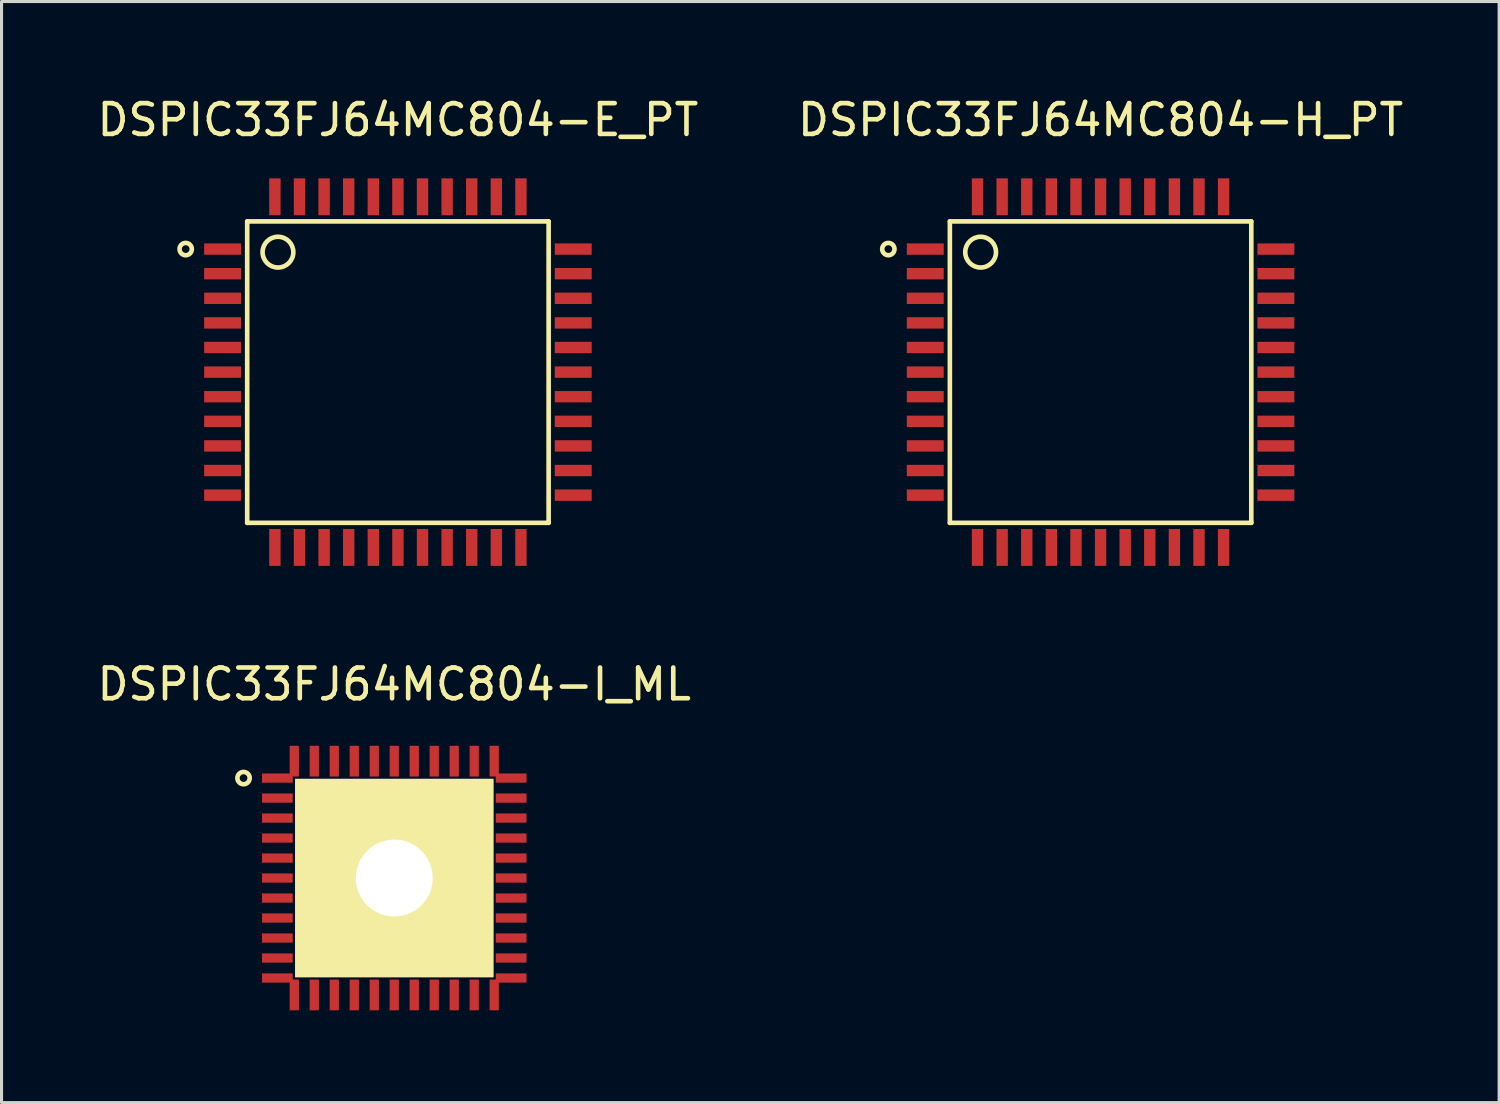
<source format=kicad_pcb>
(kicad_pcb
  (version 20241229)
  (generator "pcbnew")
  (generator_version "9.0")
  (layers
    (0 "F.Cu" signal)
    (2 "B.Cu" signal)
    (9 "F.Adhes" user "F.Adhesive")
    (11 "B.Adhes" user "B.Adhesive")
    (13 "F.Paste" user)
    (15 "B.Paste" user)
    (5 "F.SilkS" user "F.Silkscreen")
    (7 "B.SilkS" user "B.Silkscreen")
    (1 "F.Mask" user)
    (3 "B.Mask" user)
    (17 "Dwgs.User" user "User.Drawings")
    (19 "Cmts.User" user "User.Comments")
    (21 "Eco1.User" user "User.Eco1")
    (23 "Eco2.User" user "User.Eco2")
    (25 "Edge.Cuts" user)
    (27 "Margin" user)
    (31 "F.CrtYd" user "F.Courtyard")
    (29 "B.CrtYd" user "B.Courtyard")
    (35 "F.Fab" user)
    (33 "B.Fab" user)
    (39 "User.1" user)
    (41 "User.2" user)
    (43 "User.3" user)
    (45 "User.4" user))
  (footprint "DSPIC33FJ64MC804-I_ML"
    (layer "F.Cu")
    (at 5.968 21.697)
    (property "Reference" "DSPIC33FJ64MC804-I_ML" (at 3.8 -2.5 0) (layer "F.SilkS") (effects (font (size 1 1) (thickness 0.15))))
    (attr through_hole)
    (fp_line (start 0.7 0.7) (end 0.7 6.9) (stroke (width 0.15) (type solid)) (layer "F.SilkS"))
    (fp_line (start 0.7 0.7) (end 6.9 0.7) (stroke (width 0.15) (type solid)) (layer "F.SilkS"))
    (fp_line (start 0.7 6.9) (end 6.9 6.9) (stroke (width 0.15) (type solid)) (layer "F.SilkS"))
    (fp_line (start 6.9 6.9) (end 6.9 0.7) (stroke (width 0.15) (type solid)) (layer "F.SilkS"))
    (fp_circle (center -1.1 0.55) (end -1.1 0.35) (stroke (width 0.15) (type solid)) (fill no) (layer "F.SilkS"))
    (fp_circle (center 1.7 1.7) (end 1.7 1.2) (stroke (width 0.15) (type solid)) (fill no) (layer "F.SilkS"))
    (pad "1" smd rect (at 0 0.55) (size 1 0.3) (layers "F.Cu" "F.Mask" "F.Paste"))
    (pad "2" smd rect (at 0 1.2) (size 1 0.3) (layers "F.Cu" "F.Mask" "F.Paste"))
    (pad "3" smd rect (at 0 1.85) (size 1 0.3) (layers "F.Cu" "F.Mask" "F.Paste"))
    (pad "4" smd rect (at 0 2.5) (size 1 0.3) (layers "F.Cu" "F.Mask" "F.Paste"))
    (pad "5" smd rect (at 0 3.15) (size 1 0.3) (layers "F.Cu" "F.Mask" "F.Paste"))
    (pad "6" smd rect (at 0 3.8) (size 1 0.3) (layers "F.Cu" "F.Mask" "F.Paste"))
    (pad "7" smd rect (at 0 4.45) (size 1 0.3) (layers "F.Cu" "F.Mask" "F.Paste"))
    (pad "8" smd rect (at 0 5.1) (size 1 0.3) (layers "F.Cu" "F.Mask" "F.Paste"))
    (pad "9" smd rect (at 0 5.75) (size 1 0.3) (layers "F.Cu" "F.Mask" "F.Paste"))
    (pad "10" smd rect (at 0 6.4) (size 1 0.3) (layers "F.Cu" "F.Mask" "F.Paste"))
    (pad "11" smd rect (at 0 7.05) (size 1 0.3) (layers "F.Cu" "F.Mask" "F.Paste"))
    (pad "12" smd rect (at 0.55 7.6) (size 0.3 1) (layers "F.Cu" "F.Mask" "F.Paste"))
    (pad "13" smd rect (at 1.2 7.6) (size 0.3 1) (layers "F.Cu" "F.Mask" "F.Paste"))
    (pad "14" smd rect (at 1.85 7.6) (size 0.3 1) (layers "F.Cu" "F.Mask" "F.Paste"))
    (pad "15" smd rect (at 2.5 7.6) (size 0.3 1) (layers "F.Cu" "F.Mask" "F.Paste"))
    (pad "16" smd rect (at 3.15 7.6) (size 0.3 1) (layers "F.Cu" "F.Mask" "F.Paste"))
    (pad "17" smd rect (at 3.8 7.6) (size 0.3 1) (layers "F.Cu" "F.Mask" "F.Paste"))
    (pad "18" smd rect (at 4.45 7.6) (size 0.3 1) (layers "F.Cu" "F.Mask" "F.Paste"))
    (pad "19" smd rect (at 5.1 7.6) (size 0.3 1) (layers "F.Cu" "F.Mask" "F.Paste"))
    (pad "20" smd rect (at 5.75 7.6) (size 0.3 1) (layers "F.Cu" "F.Mask" "F.Paste"))
    (pad "21" smd rect (at 6.4 7.6) (size 0.3 1) (layers "F.Cu" "F.Mask" "F.Paste"))
    (pad "22" smd rect (at 7.05 7.6) (size 0.3 1) (layers "F.Cu" "F.Mask" "F.Paste"))
    (pad "23" smd rect (at 7.6 7.05) (size 1 0.3) (layers "F.Cu" "F.Mask" "F.Paste"))
    (pad "24" smd rect (at 7.6 6.4) (size 1 0.3) (layers "F.Cu" "F.Mask" "F.Paste"))
    (pad "25" smd rect (at 7.6 5.75) (size 1 0.3) (layers "F.Cu" "F.Mask" "F.Paste"))
    (pad "26" smd rect (at 7.6 5.1) (size 1 0.3) (layers "F.Cu" "F.Mask" "F.Paste"))
    (pad "27" smd rect (at 7.6 4.45) (size 1 0.3) (layers "F.Cu" "F.Mask" "F.Paste"))
    (pad "28" smd rect (at 7.6 3.8) (size 1 0.3) (layers "F.Cu" "F.Mask" "F.Paste"))
    (pad "29" smd rect (at 7.6 3.15) (size 1 0.3) (layers "F.Cu" "F.Mask" "F.Paste"))
    (pad "30" smd rect (at 7.6 2.5) (size 1 0.3) (layers "F.Cu" "F.Mask" "F.Paste"))
    (pad "31" smd rect (at 7.6 1.85) (size 1 0.3) (layers "F.Cu" "F.Mask" "F.Paste"))
    (pad "32" smd rect (at 7.6 1.2) (size 1 0.3) (layers "F.Cu" "F.Mask" "F.Paste"))
    (pad "33" smd rect (at 7.6 0.55) (size 1 0.3) (layers "F.Cu" "F.Mask" "F.Paste"))
    (pad "34" smd rect (at 7.05 0) (size 0.3 1) (layers "F.Cu" "F.Mask" "F.Paste"))
    (pad "35" smd rect (at 6.4 0) (size 0.3 1) (layers "F.Cu" "F.Mask" "F.Paste"))
    (pad "36" smd rect (at 5.75 0) (size 0.3 1) (layers "F.Cu" "F.Mask" "F.Paste"))
    (pad "37" smd rect (at 5.1 0) (size 0.3 1) (layers "F.Cu" "F.Mask" "F.Paste"))
    (pad "38" smd rect (at 4.45 0) (size 0.3 1) (layers "F.Cu" "F.Mask" "F.Paste"))
    (pad "39" smd rect (at 3.8 0) (size 0.3 1) (layers "F.Cu" "F.Mask" "F.Paste"))
    (pad "40" smd rect (at 3.15 0) (size 0.3 1) (layers "F.Cu" "F.Mask" "F.Paste"))
    (pad "41" smd rect (at 2.5 0) (size 0.3 1) (layers "F.Cu" "F.Mask" "F.Paste"))
    (pad "42" smd rect (at 1.85 0) (size 0.3 1) (layers "F.Cu" "F.Mask" "F.Paste"))
    (pad "43" smd rect (at 1.2 0) (size 0.3 1) (layers "F.Cu" "F.Mask" "F.Paste"))
    (pad "44" smd rect (at 0.55 0) (size 0.3 1) (layers "F.Cu" "F.Mask" "F.Paste"))
    (pad "999" thru_hole rect (at 3.8 3.8) (size 6.45 6.45) (drill 2.5) (layers "*.Cu" "*.Mask" "F.SilkS")))
  (footprint "DSPIC33FJ64MC804-E_PT"
    (layer "F.Cu")
    (at 4.187 3.348)
    (property "Reference" "DSPIC33FJ64MC804-E_PT" (at 5.7 -2.5 0) (layer "F.SilkS") (effects (font (size 1 1) (thickness 0.15))))
    (attr through_hole)
    (fp_line (start 0.8 0.8) (end 0.8 10.6) (stroke (width 0.15) (type solid)) (layer "F.SilkS"))
    (fp_line (start 0.8 0.8) (end 10.6 0.8) (stroke (width 0.15) (type solid)) (layer "F.SilkS"))
    (fp_line (start 0.8 10.6) (end 10.6 10.6) (stroke (width 0.15) (type solid)) (layer "F.SilkS"))
    (fp_line (start 10.6 10.6) (end 10.6 0.8) (stroke (width 0.15) (type solid)) (layer "F.SilkS"))
    (fp_circle (center -1.2 1.7) (end -1.2 1.5) (stroke (width 0.15) (type solid)) (fill no) (layer "F.SilkS"))
    (fp_circle (center 1.8 1.8) (end 1.8 1.3) (stroke (width 0.15) (type solid)) (fill no) (layer "F.SilkS"))
    (pad "1" smd rect (at 0 1.7) (size 1.2 0.37) (layers "F.Cu" "F.Mask" "F.Paste"))
    (pad "2" smd rect (at 0 2.5) (size 1.2 0.37) (layers "F.Cu" "F.Mask" "F.Paste"))
    (pad "3" smd rect (at 0 3.3) (size 1.2 0.37) (layers "F.Cu" "F.Mask" "F.Paste"))
    (pad "4" smd rect (at 0 4.1) (size 1.2 0.37) (layers "F.Cu" "F.Mask" "F.Paste"))
    (pad "5" smd rect (at 0 4.9) (size 1.2 0.37) (layers "F.Cu" "F.Mask" "F.Paste"))
    (pad "6" smd rect (at 0 5.7) (size 1.2 0.37) (layers "F.Cu" "F.Mask" "F.Paste"))
    (pad "7" smd rect (at 0 6.5) (size 1.2 0.37) (layers "F.Cu" "F.Mask" "F.Paste"))
    (pad "8" smd rect (at 0 7.3) (size 1.2 0.37) (layers "F.Cu" "F.Mask" "F.Paste"))
    (pad "9" smd rect (at 0 8.1) (size 1.2 0.37) (layers "F.Cu" "F.Mask" "F.Paste"))
    (pad "10" smd rect (at 0 8.9) (size 1.2 0.37) (layers "F.Cu" "F.Mask" "F.Paste"))
    (pad "11" smd rect (at 0 9.7) (size 1.2 0.37) (layers "F.Cu" "F.Mask" "F.Paste"))
    (pad "12" smd rect (at 1.7 11.4) (size 0.37 1.2) (layers "F.Cu" "F.Mask" "F.Paste"))
    (pad "13" smd rect (at 2.5 11.4) (size 0.37 1.2) (layers "F.Cu" "F.Mask" "F.Paste"))
    (pad "14" smd rect (at 3.3 11.4) (size 0.37 1.2) (layers "F.Cu" "F.Mask" "F.Paste"))
    (pad "15" smd rect (at 4.1 11.4) (size 0.37 1.2) (layers "F.Cu" "F.Mask" "F.Paste"))
    (pad "16" smd rect (at 4.9 11.4) (size 0.37 1.2) (layers "F.Cu" "F.Mask" "F.Paste"))
    (pad "17" smd rect (at 5.7 11.4) (size 0.37 1.2) (layers "F.Cu" "F.Mask" "F.Paste"))
    (pad "18" smd rect (at 6.5 11.4) (size 0.37 1.2) (layers "F.Cu" "F.Mask" "F.Paste"))
    (pad "19" smd rect (at 7.3 11.4) (size 0.37 1.2) (layers "F.Cu" "F.Mask" "F.Paste"))
    (pad "20" smd rect (at 8.1 11.4) (size 0.37 1.2) (layers "F.Cu" "F.Mask" "F.Paste"))
    (pad "21" smd rect (at 8.9 11.4) (size 0.37 1.2) (layers "F.Cu" "F.Mask" "F.Paste"))
    (pad "22" smd rect (at 9.7 11.4) (size 0.37 1.2) (layers "F.Cu" "F.Mask" "F.Paste"))
    (pad "23" smd rect (at 11.4 9.7) (size 1.2 0.37) (layers "F.Cu" "F.Mask" "F.Paste"))
    (pad "24" smd rect (at 11.4 8.9) (size 1.2 0.37) (layers "F.Cu" "F.Mask" "F.Paste"))
    (pad "25" smd rect (at 11.4 8.1) (size 1.2 0.37) (layers "F.Cu" "F.Mask" "F.Paste"))
    (pad "26" smd rect (at 11.4 7.3) (size 1.2 0.37) (layers "F.Cu" "F.Mask" "F.Paste"))
    (pad "27" smd rect (at 11.4 6.5) (size 1.2 0.37) (layers "F.Cu" "F.Mask" "F.Paste"))
    (pad "28" smd rect (at 11.4 5.7) (size 1.2 0.37) (layers "F.Cu" "F.Mask" "F.Paste"))
    (pad "29" smd rect (at 11.4 4.9) (size 1.2 0.37) (layers "F.Cu" "F.Mask" "F.Paste"))
    (pad "30" smd rect (at 11.4 4.1) (size 1.2 0.37) (layers "F.Cu" "F.Mask" "F.Paste"))
    (pad "31" smd rect (at 11.4 3.3) (size 1.2 0.37) (layers "F.Cu" "F.Mask" "F.Paste"))
    (pad "32" smd rect (at 11.4 2.5) (size 1.2 0.37) (layers "F.Cu" "F.Mask" "F.Paste"))
    (pad "33" smd rect (at 11.4 1.7) (size 1.2 0.37) (layers "F.Cu" "F.Mask" "F.Paste"))
    (pad "34" smd rect (at 9.7 0) (size 0.37 1.2) (layers "F.Cu" "F.Mask" "F.Paste"))
    (pad "35" smd rect (at 8.9 0) (size 0.37 1.2) (layers "F.Cu" "F.Mask" "F.Paste"))
    (pad "36" smd rect (at 8.1 0) (size 0.37 1.2) (layers "F.Cu" "F.Mask" "F.Paste"))
    (pad "37" smd rect (at 7.3 0) (size 0.37 1.2) (layers "F.Cu" "F.Mask" "F.Paste"))
    (pad "38" smd rect (at 6.5 0) (size 0.37 1.2) (layers "F.Cu" "F.Mask" "F.Paste"))
    (pad "39" smd rect (at 5.7 0) (size 0.37 1.2) (layers "F.Cu" "F.Mask" "F.Paste"))
    (pad "40" smd rect (at 4.9 0) (size 0.37 1.2) (layers "F.Cu" "F.Mask" "F.Paste"))
    (pad "41" smd rect (at 4.1 0) (size 0.37 1.2) (layers "F.Cu" "F.Mask" "F.Paste"))
    (pad "42" smd rect (at 3.3 0) (size 0.37 1.2) (layers "F.Cu" "F.Mask" "F.Paste"))
    (pad "43" smd rect (at 2.5 0) (size 0.37 1.2) (layers "F.Cu" "F.Mask" "F.Paste"))
    (pad "44" smd rect (at 1.7 0) (size 0.37 1.2) (layers "F.Cu" "F.Mask" "F.Paste")))
  (footprint "DSPIC33FJ64MC804-H_PT"
    (layer "F.Cu")
    (at 27.032 3.348)
    (property "Reference" "DSPIC33FJ64MC804-H_PT" (at 5.7 -2.5 0) (layer "F.SilkS") (effects (font (size 1 1) (thickness 0.15))))
    (attr through_hole)
    (fp_line (start 0.8 0.8) (end 0.8 10.6) (stroke (width 0.15) (type solid)) (layer "F.SilkS"))
    (fp_line (start 0.8 0.8) (end 10.6 0.8) (stroke (width 0.15) (type solid)) (layer "F.SilkS"))
    (fp_line (start 0.8 10.6) (end 10.6 10.6) (stroke (width 0.15) (type solid)) (layer "F.SilkS"))
    (fp_line (start 10.6 10.6) (end 10.6 0.8) (stroke (width 0.15) (type solid)) (layer "F.SilkS"))
    (fp_circle (center -1.2 1.7) (end -1.2 1.5) (stroke (width 0.15) (type solid)) (fill no) (layer "F.SilkS"))
    (fp_circle (center 1.8 1.8) (end 1.8 1.3) (stroke (width 0.15) (type solid)) (fill no) (layer "F.SilkS"))
    (pad "1" smd rect (at 0 1.7) (size 1.2 0.37) (layers "F.Cu" "F.Mask" "F.Paste"))
    (pad "2" smd rect (at 0 2.5) (size 1.2 0.37) (layers "F.Cu" "F.Mask" "F.Paste"))
    (pad "3" smd rect (at 0 3.3) (size 1.2 0.37) (layers "F.Cu" "F.Mask" "F.Paste"))
    (pad "4" smd rect (at 0 4.1) (size 1.2 0.37) (layers "F.Cu" "F.Mask" "F.Paste"))
    (pad "5" smd rect (at 0 4.9) (size 1.2 0.37) (layers "F.Cu" "F.Mask" "F.Paste"))
    (pad "6" smd rect (at 0 5.7) (size 1.2 0.37) (layers "F.Cu" "F.Mask" "F.Paste"))
    (pad "7" smd rect (at 0 6.5) (size 1.2 0.37) (layers "F.Cu" "F.Mask" "F.Paste"))
    (pad "8" smd rect (at 0 7.3) (size 1.2 0.37) (layers "F.Cu" "F.Mask" "F.Paste"))
    (pad "9" smd rect (at 0 8.1) (size 1.2 0.37) (layers "F.Cu" "F.Mask" "F.Paste"))
    (pad "10" smd rect (at 0 8.9) (size 1.2 0.37) (layers "F.Cu" "F.Mask" "F.Paste"))
    (pad "11" smd rect (at 0 9.7) (size 1.2 0.37) (layers "F.Cu" "F.Mask" "F.Paste"))
    (pad "12" smd rect (at 1.7 11.4) (size 0.37 1.2) (layers "F.Cu" "F.Mask" "F.Paste"))
    (pad "13" smd rect (at 2.5 11.4) (size 0.37 1.2) (layers "F.Cu" "F.Mask" "F.Paste"))
    (pad "14" smd rect (at 3.3 11.4) (size 0.37 1.2) (layers "F.Cu" "F.Mask" "F.Paste"))
    (pad "15" smd rect (at 4.1 11.4) (size 0.37 1.2) (layers "F.Cu" "F.Mask" "F.Paste"))
    (pad "16" smd rect (at 4.9 11.4) (size 0.37 1.2) (layers "F.Cu" "F.Mask" "F.Paste"))
    (pad "17" smd rect (at 5.7 11.4) (size 0.37 1.2) (layers "F.Cu" "F.Mask" "F.Paste"))
    (pad "18" smd rect (at 6.5 11.4) (size 0.37 1.2) (layers "F.Cu" "F.Mask" "F.Paste"))
    (pad "19" smd rect (at 7.3 11.4) (size 0.37 1.2) (layers "F.Cu" "F.Mask" "F.Paste"))
    (pad "20" smd rect (at 8.1 11.4) (size 0.37 1.2) (layers "F.Cu" "F.Mask" "F.Paste"))
    (pad "21" smd rect (at 8.9 11.4) (size 0.37 1.2) (layers "F.Cu" "F.Mask" "F.Paste"))
    (pad "22" smd rect (at 9.7 11.4) (size 0.37 1.2) (layers "F.Cu" "F.Mask" "F.Paste"))
    (pad "23" smd rect (at 11.4 9.7) (size 1.2 0.37) (layers "F.Cu" "F.Mask" "F.Paste"))
    (pad "24" smd rect (at 11.4 8.9) (size 1.2 0.37) (layers "F.Cu" "F.Mask" "F.Paste"))
    (pad "25" smd rect (at 11.4 8.1) (size 1.2 0.37) (layers "F.Cu" "F.Mask" "F.Paste"))
    (pad "26" smd rect (at 11.4 7.3) (size 1.2 0.37) (layers "F.Cu" "F.Mask" "F.Paste"))
    (pad "27" smd rect (at 11.4 6.5) (size 1.2 0.37) (layers "F.Cu" "F.Mask" "F.Paste"))
    (pad "28" smd rect (at 11.4 5.7) (size 1.2 0.37) (layers "F.Cu" "F.Mask" "F.Paste"))
    (pad "29" smd rect (at 11.4 4.9) (size 1.2 0.37) (layers "F.Cu" "F.Mask" "F.Paste"))
    (pad "30" smd rect (at 11.4 4.1) (size 1.2 0.37) (layers "F.Cu" "F.Mask" "F.Paste"))
    (pad "31" smd rect (at 11.4 3.3) (size 1.2 0.37) (layers "F.Cu" "F.Mask" "F.Paste"))
    (pad "32" smd rect (at 11.4 2.5) (size 1.2 0.37) (layers "F.Cu" "F.Mask" "F.Paste"))
    (pad "33" smd rect (at 11.4 1.7) (size 1.2 0.37) (layers "F.Cu" "F.Mask" "F.Paste"))
    (pad "34" smd rect (at 9.7 0) (size 0.37 1.2) (layers "F.Cu" "F.Mask" "F.Paste"))
    (pad "35" smd rect (at 8.9 0) (size 0.37 1.2) (layers "F.Cu" "F.Mask" "F.Paste"))
    (pad "36" smd rect (at 8.1 0) (size 0.37 1.2) (layers "F.Cu" "F.Mask" "F.Paste"))
    (pad "37" smd rect (at 7.3 0) (size 0.37 1.2) (layers "F.Cu" "F.Mask" "F.Paste"))
    (pad "38" smd rect (at 6.5 0) (size 0.37 1.2) (layers "F.Cu" "F.Mask" "F.Paste"))
    (pad "39" smd rect (at 5.7 0) (size 0.37 1.2) (layers "F.Cu" "F.Mask" "F.Paste"))
    (pad "40" smd rect (at 4.9 0) (size 0.37 1.2) (layers "F.Cu" "F.Mask" "F.Paste"))
    (pad "41" smd rect (at 4.1 0) (size 0.37 1.2) (layers "F.Cu" "F.Mask" "F.Paste"))
    (pad "42" smd rect (at 3.3 0) (size 0.37 1.2) (layers "F.Cu" "F.Mask" "F.Paste"))
    (pad "43" smd rect (at 2.5 0) (size 0.37 1.2) (layers "F.Cu" "F.Mask" "F.Paste"))
    (pad "44" smd rect (at 1.7 0) (size 0.37 1.2) (layers "F.Cu" "F.Mask" "F.Paste")))
  (gr_rect
    (start -3 -3)
    (end 45.69 32.797)
    (stroke (width 0.1) (type default))
    (fill no)
    (layer "Edge.Cuts")))
</source>
